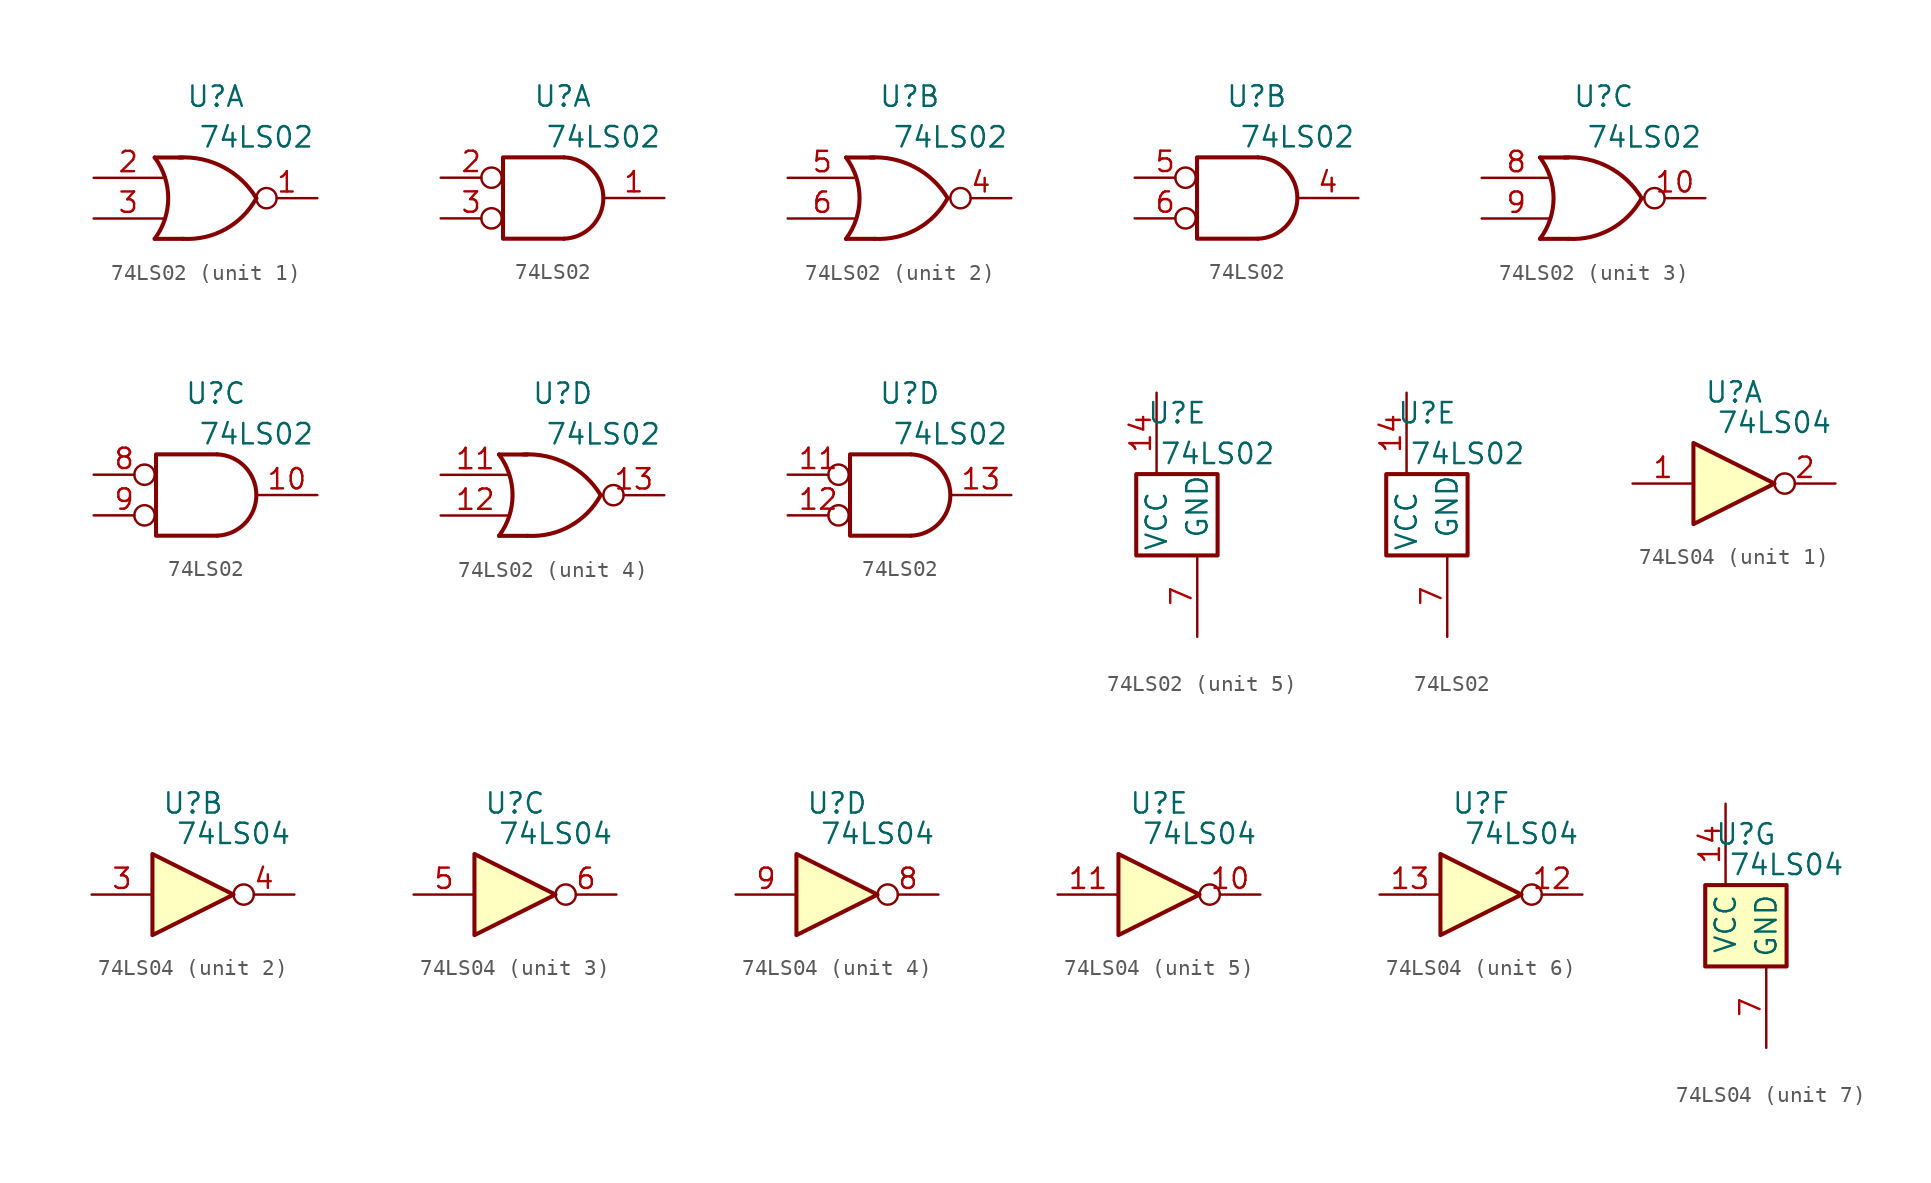
<source format=kicad_sym>
(kicad_symbol_lib
  (version 20241209)
  (generator "kicad_symbol_editor")
  (generator_version "9.0")
  (symbol "74LS02"
    (pin_names
      (offset 1.016))
    (property "Reference" "U"
      (at 0 6.35 0)
      (effects (font (size 1.27 1.27))))
    (property "Value" "74LS02"
      (at 2.54 3.81 0)
      (effects (font (size 1.27 1.27))))
    (property "ki_locked" ""
      (at 0 0 0)
      (effects (font (size 1.27 1.27))))
    (symbol "74LS02_1_1"
      (arc (start -3.81 2.54) (mid -2.964 0) (end -3.81 -2.54) (stroke (width 0.254) (type default)) (fill (type none)))
      (polyline (pts (xy -3.81 2.54) (xy -2.032 2.54)) (stroke (width 0.254) (type default)) (fill (type none)))
      (polyline (pts (xy -3.81 -2.54) (xy -2.032 -2.54)) (stroke (width 0.254) (type default)) (fill (type none)))
      (arc (start -2.286 2.54) (mid 0.4797 1.9402) (end 2.54 0) (stroke (width 0.254) (type default)) (fill (type none)))
      (arc (start 2.54 0) (mid 0.6219 -1.9322) (end -2.032 -2.54) (stroke (width 0.254) (type default)) (fill (type none)))
      (polyline (pts (xy -1.27 2.54) (xy -3.81 2.54) (xy -3.175 1.27) (xy -2.794 0) (xy -3.175 -1.27) (xy -3.81 -2.54) (xy -1.27 -2.54)) (stroke (width -0.0001) (type default)) (fill (type none)))
      (pin input line (at -7.62 1.27 0) (length 4.318) (name "~" (effects (font (size 1.27 1.27)))) (number "2" (effects (font (size 1.27 1.27)))))
      (pin input line (at -7.62 -1.27 0) (length 4.318) (name "~" (effects (font (size 1.27 1.27)))) (number "3" (effects (font (size 1.27 1.27)))))
      (pin output inverted (at 6.35 0 180) (length 3.81) (name "~" (effects (font (size 1.27 1.27)))) (number "1" (effects (font (size 1.27 1.27))))))
    (symbol "74LS02_1_2"
      (arc (start 0.0843 2.54) (mid 2.5414 0) (end 0.0843 -2.54) (stroke (width 0.254) (type default)) (fill (type none)))
      (polyline (pts (xy 0.084 2.54) (xy -3.726 2.54) (xy -3.726 -2.54) (xy 0.084 -2.54)) (stroke (width 0.254) (type default)) (fill (type none)))
      (pin input inverted (at -7.62 1.27 0) (length 3.81) (name "~" (effects (font (size 1.27 1.27)))) (number "2" (effects (font (size 1.27 1.27)))))
      (pin input inverted (at -7.62 -1.27 0) (length 3.81) (name "~" (effects (font (size 1.27 1.27)))) (number "3" (effects (font (size 1.27 1.27)))))
      (pin output line (at 6.35 0 180) (length 3.81) (name "~" (effects (font (size 1.27 1.27)))) (number "1" (effects (font (size 1.27 1.27))))))
    (symbol "74LS02_2_1"
      (arc (start -3.976 2.54) (mid -3.13 0) (end -3.976 -2.54) (stroke (width 0.254) (type default)) (fill (type none)))
      (polyline (pts (xy -3.976 2.54) (xy -2.198 2.54)) (stroke (width 0.254) (type default)) (fill (type none)))
      (polyline (pts (xy -3.976 -2.54) (xy -2.198 -2.54)) (stroke (width 0.254) (type default)) (fill (type none)))
      (arc (start -2.452 2.54) (mid 0.3137 1.9402) (end 2.374 0) (stroke (width 0.254) (type default)) (fill (type none)))
      (arc (start 2.374 0) (mid 0.4559 -1.9322) (end -2.198 -2.54) (stroke (width 0.254) (type default)) (fill (type none)))
      (polyline (pts (xy -1.436 2.54) (xy -3.976 2.54) (xy -3.341 1.27) (xy -2.96 0) (xy -3.341 -1.27) (xy -3.976 -2.54) (xy -1.436 -2.54)) (stroke (width -0.0001) (type default)) (fill (type none)))
      (pin input line (at -7.62 1.27 0) (length 4.318) (name "~" (effects (font (size 1.27 1.27)))) (number "5" (effects (font (size 1.27 1.27)))))
      (pin input line (at -7.62 -1.27 0) (length 4.318) (name "~" (effects (font (size 1.27 1.27)))) (number "6" (effects (font (size 1.27 1.27)))))
      (pin output inverted (at 6.35 0 180) (length 3.81) (name "~" (effects (font (size 1.27 1.27)))) (number "4" (effects (font (size 1.27 1.27))))))
    (symbol "74LS02_2_2"
      (arc (start 0.0843 2.54) (mid 2.5414 0) (end 0.0843 -2.54) (stroke (width 0.254) (type default)) (fill (type none)))
      (polyline (pts (xy 0.084 2.54) (xy -3.726 2.54) (xy -3.726 -2.54) (xy 0.084 -2.54)) (stroke (width 0.254) (type default)) (fill (type none)))
      (pin input inverted (at -7.62 1.27 0) (length 3.81) (name "~" (effects (font (size 1.27 1.27)))) (number "5" (effects (font (size 1.27 1.27)))))
      (pin input inverted (at -7.62 -1.27 0) (length 3.81) (name "~" (effects (font (size 1.27 1.27)))) (number "6" (effects (font (size 1.27 1.27)))))
      (pin output line (at 6.35 0 180) (length 3.81) (name "~" (effects (font (size 1.27 1.27)))) (number "4" (effects (font (size 1.27 1.27))))))
    (symbol "74LS02_3_1"
      (arc (start -3.976 2.54) (mid -3.13 0) (end -3.976 -2.54) (stroke (width 0.254) (type default)) (fill (type none)))
      (polyline (pts (xy -3.976 2.54) (xy -2.198 2.54)) (stroke (width 0.254) (type default)) (fill (type none)))
      (polyline (pts (xy -3.976 -2.54) (xy -2.198 -2.54)) (stroke (width 0.254) (type default)) (fill (type none)))
      (arc (start -2.452 2.54) (mid 0.3137 1.9402) (end 2.374 0) (stroke (width 0.254) (type default)) (fill (type none)))
      (arc (start 2.374 0) (mid 0.4559 -1.9322) (end -2.198 -2.54) (stroke (width 0.254) (type default)) (fill (type none)))
      (polyline (pts (xy -1.436 2.54) (xy -3.976 2.54) (xy -3.341 1.27) (xy -2.96 0) (xy -3.341 -1.27) (xy -3.976 -2.54) (xy -1.436 -2.54)) (stroke (width -0.0001) (type default)) (fill (type none)))
      (pin input line (at -7.62 1.27 0) (length 4.318) (name "~" (effects (font (size 1.27 1.27)))) (number "8" (effects (font (size 1.27 1.27)))))
      (pin input line (at -7.62 -1.27 0) (length 4.318) (name "~" (effects (font (size 1.27 1.27)))) (number "9" (effects (font (size 1.27 1.27)))))
      (pin output inverted (at 6.35 0 180) (length 3.81) (name "~" (effects (font (size 1.27 1.27)))) (number "10" (effects (font (size 1.27 1.27))))))
    (symbol "74LS02_3_2"
      (arc (start 0.0843 2.54) (mid 2.5414 0) (end 0.0843 -2.54) (stroke (width 0.254) (type default)) (fill (type none)))
      (polyline (pts (xy 0.084 2.54) (xy -3.726 2.54) (xy -3.726 -2.54) (xy 0.084 -2.54)) (stroke (width 0.254) (type default)) (fill (type none)))
      (pin input inverted (at -7.62 1.27 0) (length 3.81) (name "~" (effects (font (size 1.27 1.27)))) (number "8" (effects (font (size 1.27 1.27)))))
      (pin input inverted (at -7.62 -1.27 0) (length 3.81) (name "~" (effects (font (size 1.27 1.27)))) (number "9" (effects (font (size 1.27 1.27)))))
      (pin output line (at 6.35 0 180) (length 3.81) (name "~" (effects (font (size 1.27 1.27)))) (number "10" (effects (font (size 1.27 1.27))))))
    (symbol "74LS02_4_1"
      (arc (start -3.976 2.54) (mid -3.13 0) (end -3.976 -2.54) (stroke (width 0.254) (type default)) (fill (type none)))
      (polyline (pts (xy -3.976 2.54) (xy -2.198 2.54)) (stroke (width 0.254) (type default)) (fill (type none)))
      (polyline (pts (xy -3.976 -2.54) (xy -2.198 -2.54)) (stroke (width 0.254) (type default)) (fill (type none)))
      (arc (start -2.452 2.54) (mid 0.3137 1.9402) (end 2.374 0) (stroke (width 0.254) (type default)) (fill (type none)))
      (arc (start 2.374 0) (mid 0.4559 -1.9322) (end -2.198 -2.54) (stroke (width 0.254) (type default)) (fill (type none)))
      (polyline (pts (xy -1.436 2.54) (xy -3.976 2.54) (xy -3.341 1.27) (xy -2.96 0) (xy -3.341 -1.27) (xy -3.976 -2.54) (xy -1.436 -2.54)) (stroke (width -0.0001) (type default)) (fill (type none)))
      (pin input line (at -7.62 1.27 0) (length 4.318) (name "~" (effects (font (size 1.27 1.27)))) (number "11" (effects (font (size 1.27 1.27)))))
      (pin input line (at -7.62 -1.27 0) (length 4.318) (name "~" (effects (font (size 1.27 1.27)))) (number "12" (effects (font (size 1.27 1.27)))))
      (pin output inverted (at 6.35 0 180) (length 3.81) (name "~" (effects (font (size 1.27 1.27)))) (number "13" (effects (font (size 1.27 1.27))))))
    (symbol "74LS02_4_2"
      (arc (start 0.0843 2.54) (mid 2.5414 0) (end 0.0843 -2.54) (stroke (width 0.254) (type default)) (fill (type none)))
      (polyline (pts (xy 0.084 2.54) (xy -3.726 2.54) (xy -3.726 -2.54) (xy 0.084 -2.54)) (stroke (width 0.254) (type default)) (fill (type none)))
      (pin input inverted (at -7.62 1.27 0) (length 3.81) (name "~" (effects (font (size 1.27 1.27)))) (number "11" (effects (font (size 1.27 1.27)))))
      (pin input inverted (at -7.62 -1.27 0) (length 3.81) (name "~" (effects (font (size 1.27 1.27)))) (number "12" (effects (font (size 1.27 1.27)))))
      (pin output line (at 6.35 0 180) (length 3.81) (name "~" (effects (font (size 1.27 1.27)))) (number "13" (effects (font (size 1.27 1.27))))))
    (symbol "74LS02_5_0"
      (rectangle (start -2.54 2.54) (end 2.54 -2.54) (stroke (width 0.254) (type default)) (fill (type none)))
      (pin power_in line (at -1.27 7.62 270) (length 5.08) (name "VCC" (effects (font (size 1.27 1.27)))) (number "14" (effects (font (size 1.27 1.27)))))
      (pin power_in line (at 1.27 -7.62 90) (length 5.08) (name "GND" (effects (font (size 1.27 1.27)))) (number "7" (effects (font (size 1.27 1.27)))))))
  (symbol "74LS04"
    (property "Reference" "U"
      (at 0 5.715 0)
      (effects (font (size 1.27 1.27))))
    (property "Value" "74LS04"
      (at 2.54 3.81 0)
      (effects (font (size 1.27 1.27))))
    (property "ki_locked" ""
      (at 0 0 0)
      (effects (font (size 1.27 1.27))))
    (symbol "74LS04_1_0"
      (polyline (pts (xy -2.54 2.54) (xy -2.54 -2.54) (xy 2.54 0) (xy -2.54 2.54)) (stroke (width 0.254) (type default)) (fill (type background)))
      (pin input line (at -6.35 0 0) (length 3.81) (name "~" (effects (font (size 1.27 1.27)))) (number "1" (effects (font (size 1.27 1.27)))))
      (pin output inverted (at 6.35 0 180) (length 3.81) (name "~" (effects (font (size 1.27 1.27)))) (number "2" (effects (font (size 1.27 1.27))))))
    (symbol "74LS04_2_0"
      (polyline (pts (xy -2.54 2.54) (xy -2.54 -2.54) (xy 2.54 0) (xy -2.54 2.54)) (stroke (width 0.254) (type default)) (fill (type background)))
      (pin input line (at -6.35 0 0) (length 3.81) (name "~" (effects (font (size 1.27 1.27)))) (number "3" (effects (font (size 1.27 1.27)))))
      (pin output inverted (at 6.35 0 180) (length 3.81) (name "~" (effects (font (size 1.27 1.27)))) (number "4" (effects (font (size 1.27 1.27))))))
    (symbol "74LS04_3_0"
      (polyline (pts (xy -2.54 2.54) (xy -2.54 -2.54) (xy 2.54 0) (xy -2.54 2.54)) (stroke (width 0.254) (type default)) (fill (type background)))
      (pin input line (at -6.35 0 0) (length 3.81) (name "~" (effects (font (size 1.27 1.27)))) (number "5" (effects (font (size 1.27 1.27)))))
      (pin output inverted (at 6.35 0 180) (length 3.81) (name "~" (effects (font (size 1.27 1.27)))) (number "6" (effects (font (size 1.27 1.27))))))
    (symbol "74LS04_4_0"
      (polyline (pts (xy -2.54 2.54) (xy -2.54 -2.54) (xy 2.54 0) (xy -2.54 2.54)) (stroke (width 0.254) (type default)) (fill (type background)))
      (pin input line (at -6.35 0 0) (length 3.81) (name "~" (effects (font (size 1.27 1.27)))) (number "9" (effects (font (size 1.27 1.27)))))
      (pin output inverted (at 6.35 0 180) (length 3.81) (name "~" (effects (font (size 1.27 1.27)))) (number "8" (effects (font (size 1.27 1.27))))))
    (symbol "74LS04_5_0"
      (polyline (pts (xy -2.54 2.54) (xy -2.54 -2.54) (xy 2.54 0) (xy -2.54 2.54)) (stroke (width 0.254) (type default)) (fill (type background)))
      (pin input line (at -6.35 0 0) (length 3.81) (name "~" (effects (font (size 1.27 1.27)))) (number "11" (effects (font (size 1.27 1.27)))))
      (pin output inverted (at 6.35 0 180) (length 3.81) (name "~" (effects (font (size 1.27 1.27)))) (number "10" (effects (font (size 1.27 1.27))))))
    (symbol "74LS04_6_0"
      (polyline (pts (xy -2.54 2.54) (xy -2.54 -2.54) (xy 2.54 0) (xy -2.54 2.54)) (stroke (width 0.254) (type default)) (fill (type background)))
      (pin input line (at -6.35 0 0) (length 3.81) (name "~" (effects (font (size 1.27 1.27)))) (number "13" (effects (font (size 1.27 1.27)))))
      (pin output inverted (at 6.35 0 180) (length 3.81) (name "~" (effects (font (size 1.27 1.27)))) (number "12" (effects (font (size 1.27 1.27))))))
    (symbol "74LS04_7_0"
      (pin power_in line (at -1.27 7.62 270) (length 5.08) (name "VCC" (effects (font (size 1.27 1.27)))) (number "14" (effects (font (size 1.27 1.27)))))
      (pin power_in line (at 1.27 -7.62 90) (length 5.08) (name "GND" (effects (font (size 1.27 1.27)))) (number "7" (effects (font (size 1.27 1.27))))))
    (symbol "74LS04_7_1"
      (rectangle (start -2.54 2.54) (end 2.54 -2.54) (stroke (width 0.254) (type default)) (fill (type background))))))
</source>
